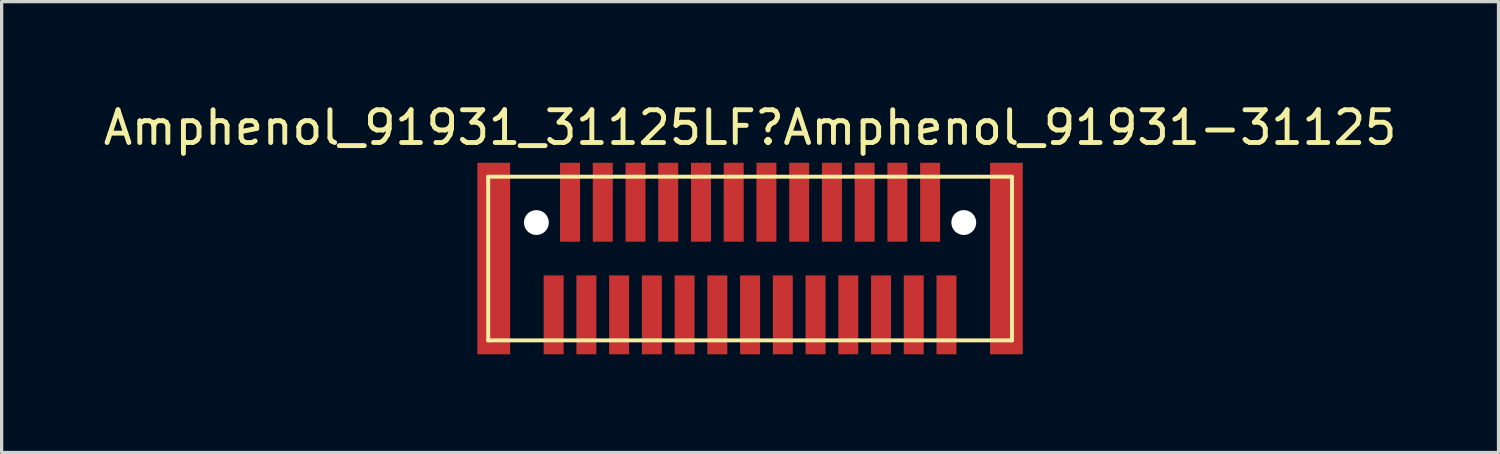
<source format=kicad_pcb>
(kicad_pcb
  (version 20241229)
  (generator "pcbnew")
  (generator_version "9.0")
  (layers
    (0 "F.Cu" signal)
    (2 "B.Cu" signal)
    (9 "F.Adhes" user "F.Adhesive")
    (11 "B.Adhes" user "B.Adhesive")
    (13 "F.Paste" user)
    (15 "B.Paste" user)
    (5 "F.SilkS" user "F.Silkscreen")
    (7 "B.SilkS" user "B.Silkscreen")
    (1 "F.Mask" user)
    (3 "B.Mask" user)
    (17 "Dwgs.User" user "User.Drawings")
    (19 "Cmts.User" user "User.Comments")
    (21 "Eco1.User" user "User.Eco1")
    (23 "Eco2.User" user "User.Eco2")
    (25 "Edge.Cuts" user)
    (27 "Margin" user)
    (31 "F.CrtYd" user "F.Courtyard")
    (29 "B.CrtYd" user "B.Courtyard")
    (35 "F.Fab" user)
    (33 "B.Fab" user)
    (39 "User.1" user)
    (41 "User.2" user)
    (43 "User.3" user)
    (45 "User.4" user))
  (footprint "Amphenol_91931_31125LF\rAmphenol_91931-31125"
    (layer "F.Cu")
    (at 19.863 4.848)
    (property "Reference" "Amphenol_91931_31125LF\rAmphenol_91931-31125" (at 0 -4 0) (layer "F.SilkS") (effects (font (size 1 1) (thickness 0.15))))
    (attr through_hole)
    (fp_line (start -8 -2.5) (end -8 2.5) (stroke (width 0.12) (type solid)) (layer "F.SilkS"))
    (fp_line (start -8 2.5) (end 8 2.5) (stroke (width 0.12) (type solid)) (layer "F.SilkS"))
    (fp_line (start 8 -2.5) (end -8 -2.5) (stroke (width 0.12) (type solid)) (layer "F.SilkS"))
    (fp_line (start 8 2.5) (end 8 -2.5) (stroke (width 0.12) (type solid)) (layer "F.SilkS"))
    (pad "" smd rect (at -7.83 0) (size 1 5.85) (layers "F.Cu" "F.Mask" "F.Paste"))
    (pad "" np_thru_hole circle (at -6.528 -1.1) (size 0.76 0.76) (drill 0.76) (layers "*.Cu" "*.Mask"))
    (pad "" np_thru_hole circle (at 6.528 -1.1) (size 0.76 0.76) (drill 0.76) (layers "*.Cu" "*.Mask"))
    (pad "" smd rect (at 7.83 0) (size 1 5.85) (layers "F.Cu" "F.Mask" "F.Paste"))
    (pad "1" smd rect (at -6 1.72) (size 0.61 2.41) (layers "F.Cu" "F.Mask" "F.Paste"))
    (pad "2" smd rect (at -5 1.72) (size 0.61 2.41) (layers "F.Cu" "F.Mask" "F.Paste"))
    (pad "3" smd rect (at -4 1.72) (size 0.61 2.41) (layers "F.Cu" "F.Mask" "F.Paste"))
    (pad "4" smd rect (at -3 1.72) (size 0.61 2.41) (layers "F.Cu" "F.Mask" "F.Paste"))
    (pad "5" smd rect (at -2 1.72) (size 0.61 2.41) (layers "F.Cu" "F.Mask" "F.Paste"))
    (pad "6" smd rect (at -1 1.72) (size 0.61 2.41) (layers "F.Cu" "F.Mask" "F.Paste"))
    (pad "7" smd rect (at 0 1.72) (size 0.61 2.41) (layers "F.Cu" "F.Mask" "F.Paste"))
    (pad "8" smd rect (at 1 1.72) (size 0.61 2.41) (layers "F.Cu" "F.Mask" "F.Paste"))
    (pad "9" smd rect (at 2 1.72) (size 0.61 2.41) (layers "F.Cu" "F.Mask" "F.Paste"))
    (pad "10" smd rect (at 3 1.72) (size 0.61 2.41) (layers "F.Cu" "F.Mask" "F.Paste"))
    (pad "11" smd rect (at 4 1.72) (size 0.61 2.41) (layers "F.Cu" "F.Mask" "F.Paste"))
    (pad "12" smd rect (at 5 1.72) (size 0.61 2.41) (layers "F.Cu" "F.Mask" "F.Paste"))
    (pad "13" smd rect (at 6 1.72) (size 0.61 2.41) (layers "F.Cu" "F.Mask" "F.Paste"))
    (pad "14" smd rect (at 5.5 -1.72) (size 0.61 2.41) (layers "F.Cu" "F.Mask" "F.Paste"))
    (pad "15" smd rect (at 4.5 -1.72) (size 0.61 2.41) (layers "F.Cu" "F.Mask" "F.Paste"))
    (pad "16" smd rect (at 3.5 -1.72) (size 0.61 2.41) (layers "F.Cu" "F.Mask" "F.Paste"))
    (pad "17" smd rect (at 2.5 -1.72) (size 0.61 2.41) (layers "F.Cu" "F.Mask" "F.Paste"))
    (pad "18" smd rect (at 1.5 -1.72) (size 0.61 2.41) (layers "F.Cu" "F.Mask" "F.Paste"))
    (pad "19" smd rect (at 0.5 -1.72) (size 0.61 2.41) (layers "F.Cu" "F.Mask" "F.Paste"))
    (pad "20" smd rect (at -0.5 -1.72) (size 0.61 2.41) (layers "F.Cu" "F.Mask" "F.Paste"))
    (pad "21" smd rect (at -1.5 -1.72) (size 0.61 2.41) (layers "F.Cu" "F.Mask" "F.Paste"))
    (pad "22" smd rect (at -2.5 -1.72) (size 0.61 2.41) (layers "F.Cu" "F.Mask" "F.Paste"))
    (pad "23" smd rect (at -3.5 -1.72) (size 0.61 2.41) (layers "F.Cu" "F.Mask" "F.Paste"))
    (pad "24" smd rect (at -4.5 -1.72) (size 0.61 2.41) (layers "F.Cu" "F.Mask" "F.Paste"))
    (pad "25" smd rect (at -5.5 -1.72) (size 0.61 2.41) (layers "F.Cu" "F.Mask" "F.Paste")))
  (gr_rect
    (start -3 -3)
    (end 42.726 10.773)
    (stroke (width 0.1) (type default))
    (fill no)
    (layer "Edge.Cuts")))
</source>
